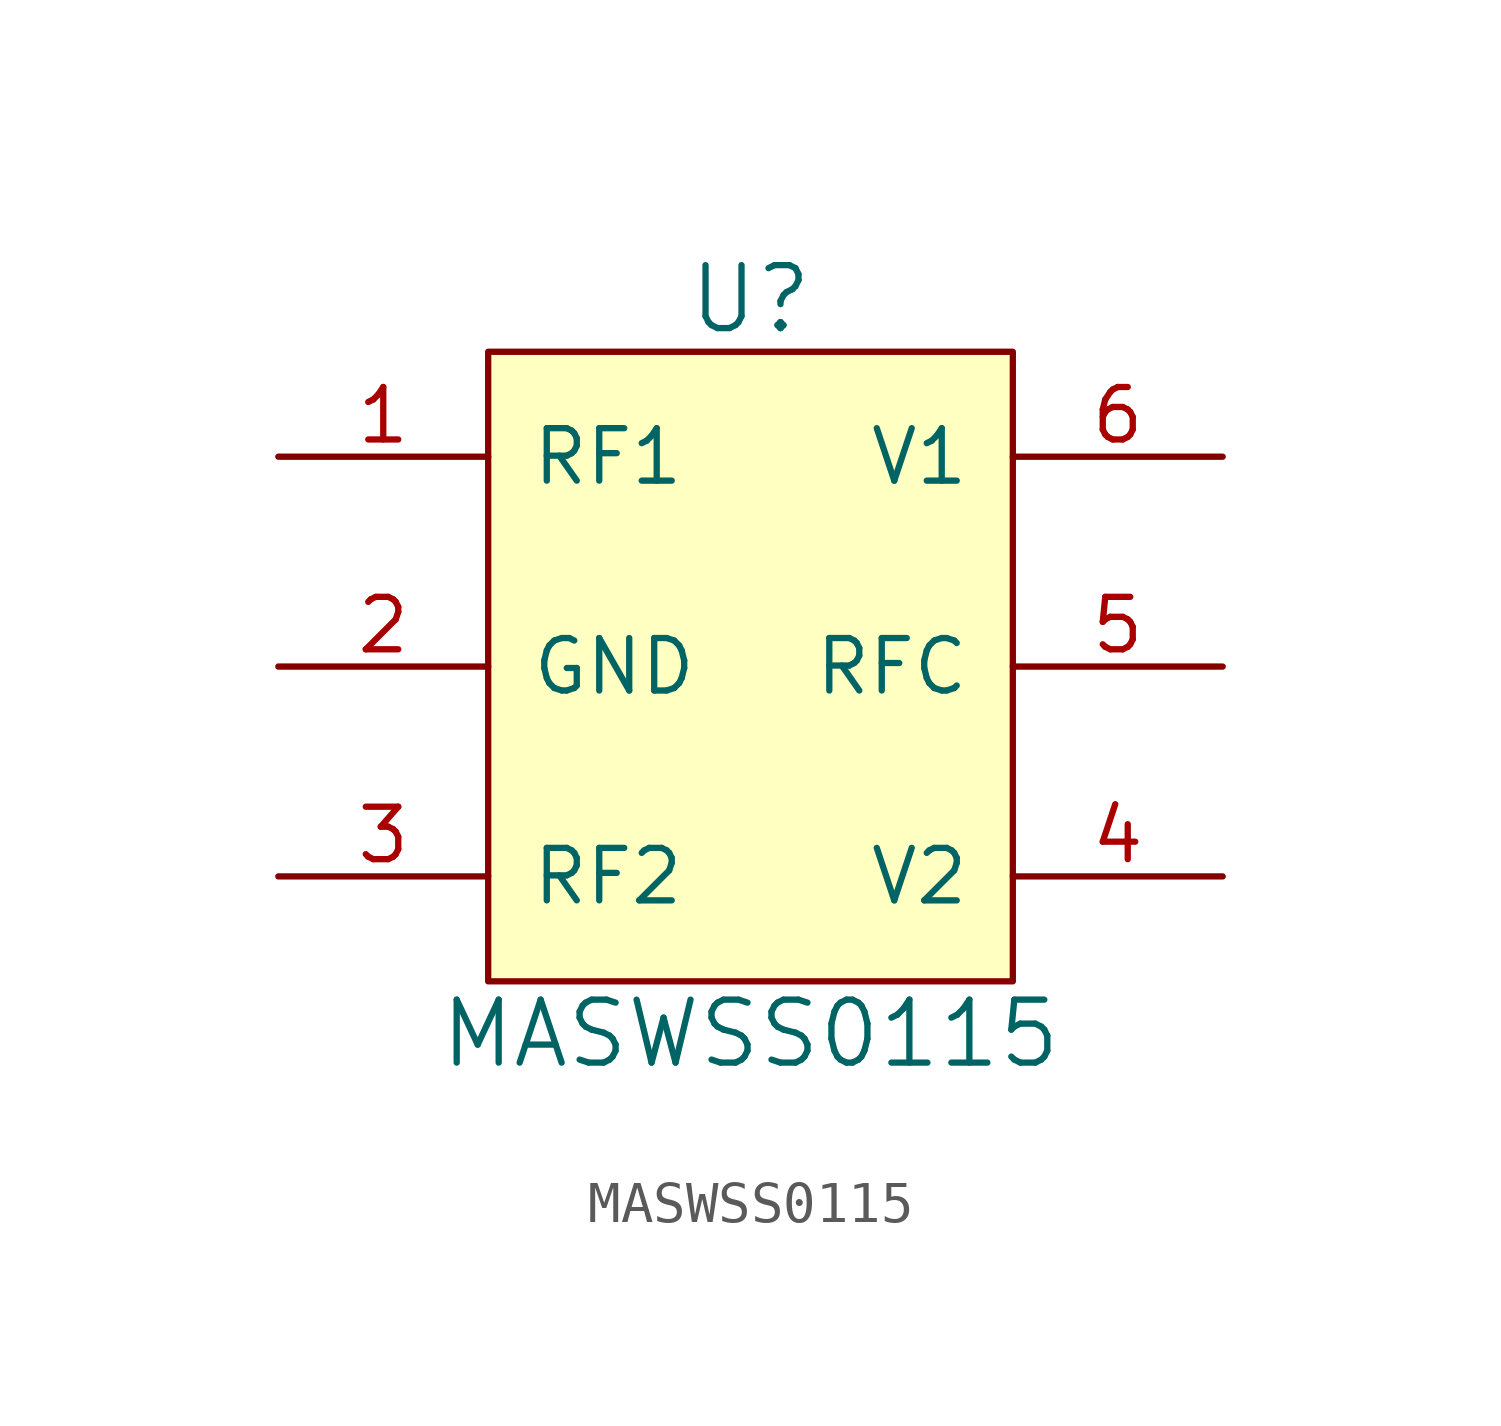
<source format=kicad_sym>
(kicad_symbol_lib
  (version 20211014)
  (generator kicad_symbol_editor)
  (symbol "MASWSS0115"
    (pin_names
      (offset 1.016))
    (property "Reference" "U"
      (at 0 1.27 0)
      (effects (font (size 1.524 1.524))))
    (property "Value" "MASWSS0115"
      (at 0 -16.51 0)
      (effects (font (size 1.524 1.524))))
    (symbol "MASWSS0115_0_1"
      (rectangle (start -6.35 0) (end 6.35 -15.24) (stroke (width 0) (type default) (color 0 0 0 0)) (fill (type background))))
    (symbol "MASWSS0115_1_1"
      (pin input line (at -11.43 -2.54 0) (length 5.08) (name "RF1" (effects (font (size 1.27 1.27)))) (number "1" (effects (font (size 1.27 1.27)))))
      (pin input line (at -11.43 -7.62 0) (length 5.08) (name "GND" (effects (font (size 1.27 1.27)))) (number "2" (effects (font (size 1.27 1.27)))))
      (pin input line (at -11.43 -12.7 0) (length 5.08) (name "RF2" (effects (font (size 1.27 1.27)))) (number "3" (effects (font (size 1.27 1.27)))))
      (pin input line (at 11.43 -12.7 180) (length 5.08) (name "V2" (effects (font (size 1.27 1.27)))) (number "4" (effects (font (size 1.27 1.27)))))
      (pin input line (at 11.43 -7.62 180) (length 5.08) (name "RFC" (effects (font (size 1.27 1.27)))) (number "5" (effects (font (size 1.27 1.27)))))
      (pin input line (at 11.43 -2.54 180) (length 5.08) (name "V1" (effects (font (size 1.27 1.27)))) (number "6" (effects (font (size 1.27 1.27))))))))
</source>
